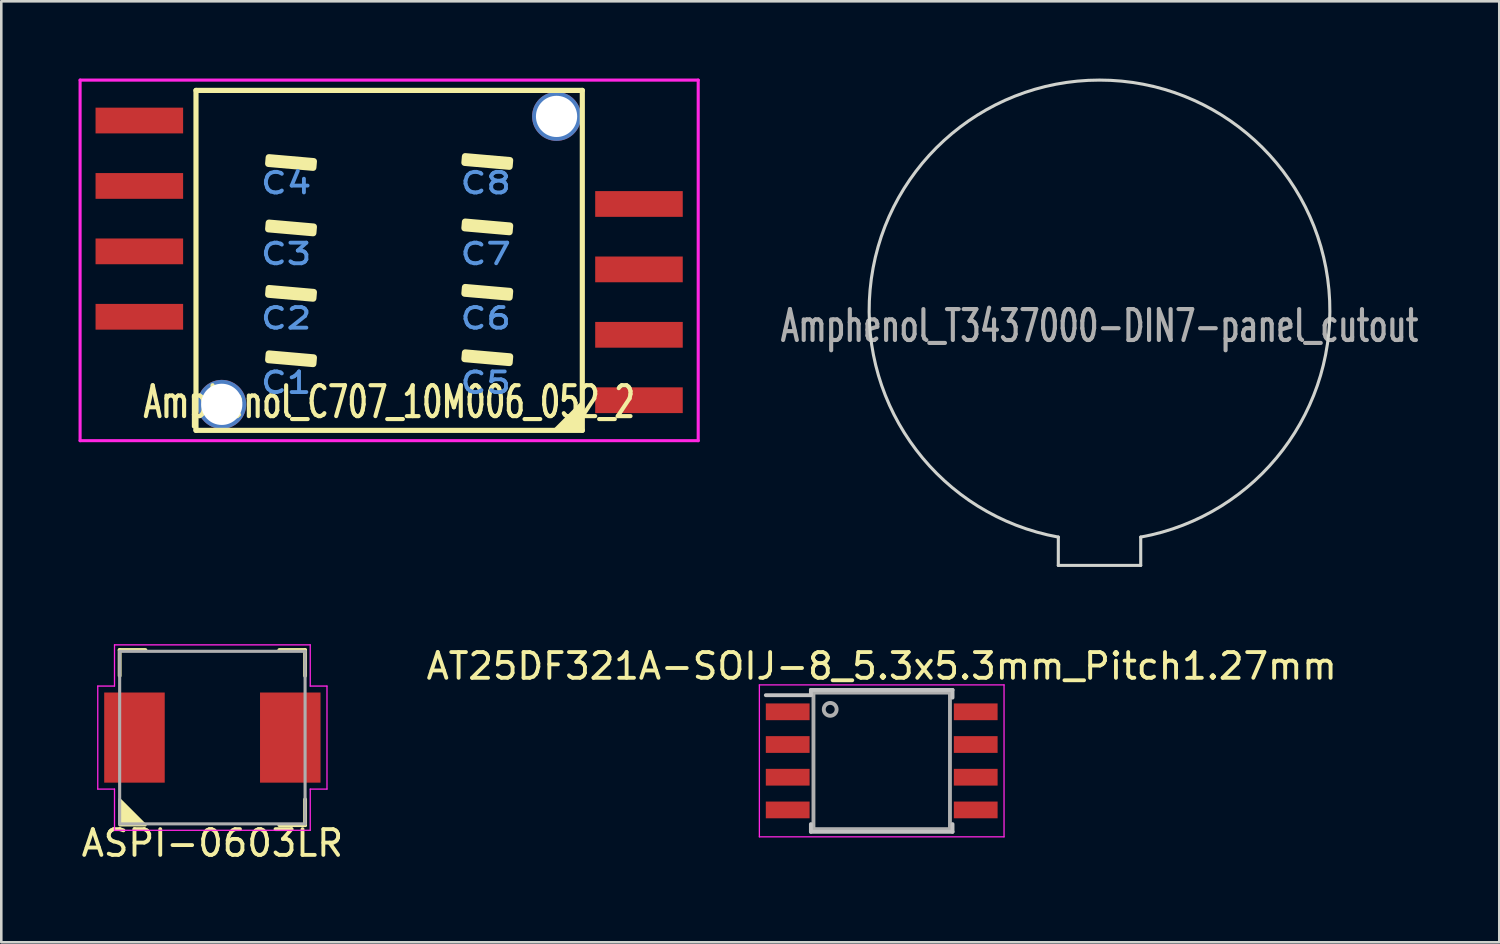
<source format=kicad_pcb>
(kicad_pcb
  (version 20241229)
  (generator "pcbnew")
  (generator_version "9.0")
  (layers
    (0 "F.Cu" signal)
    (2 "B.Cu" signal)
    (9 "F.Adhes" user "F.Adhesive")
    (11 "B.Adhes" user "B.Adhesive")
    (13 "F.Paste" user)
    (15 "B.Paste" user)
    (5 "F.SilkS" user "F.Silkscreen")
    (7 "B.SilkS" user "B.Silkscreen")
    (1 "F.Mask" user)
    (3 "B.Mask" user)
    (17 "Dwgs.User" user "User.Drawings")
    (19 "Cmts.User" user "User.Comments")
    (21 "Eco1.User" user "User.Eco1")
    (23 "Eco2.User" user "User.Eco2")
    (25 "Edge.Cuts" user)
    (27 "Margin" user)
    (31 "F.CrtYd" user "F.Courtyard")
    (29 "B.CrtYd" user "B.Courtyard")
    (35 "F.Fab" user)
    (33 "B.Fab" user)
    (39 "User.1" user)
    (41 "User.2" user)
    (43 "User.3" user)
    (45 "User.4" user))
  (footprint "Amphenol_T3437000-DIN7-panel_cutout"
    (layer "F.Cu")
    (at 39.642 9.004)
    (property "Reference" "Amphenol_T3437000-DIN7-panel_cutout" (at 0 0.6 0) (layer "F.Fab") (effects (font (size 1.2 0.8) (thickness 0.16))))
    (attr through_hole)
    (fp_line (start -1.6 9.9) (end -1.599 8.8) (stroke (width 0.12) (type solid)) (layer "Edge.Cuts"))
    (fp_line (start 1.6 9.9) (end -1.6 9.9) (stroke (width 0.12) (type solid)) (layer "Edge.Cuts"))
    (fp_line (start 1.6 9.9) (end 1.6 8.8) (stroke (width 0.12) (type solid)) (layer "Edge.Cuts"))
    (fp_arc (start -1.598511 8.800271) (mid -0.000757 -8.944272) (end 1.6 8.8) (stroke (width 0.12) (type solid)) (layer "Edge.Cuts")))
  (footprint "AT25DF321A-SOIJ-8_5.3x5.3mm_Pitch1.27mm"
    (layer "F.Cu")
    (at 31.185 26.493)
    (property "Reference" "AT25DF321A-SOIJ-8_5.3x5.3mm_Pitch1.27mm" (at 0 -3.68 0) (layer "F.SilkS") (effects (font (size 1 1) (thickness 0.15))))
    (attr smd)
    (fp_line (start -2.75 -2.755) (end -2.75 -2.55) (stroke (width 0.15) (type solid)) (layer "Dwgs.User"))
    (fp_line (start -2.75 -2.755) (end 2.75 -2.755) (stroke (width 0.15) (type solid)) (layer "Dwgs.User"))
    (fp_line (start -2.75 -2.55) (end -4.5 -2.55) (stroke (width 0.15) (type solid)) (layer "Dwgs.User"))
    (fp_line (start -2.75 2.755) (end -2.75 2.455) (stroke (width 0.15) (type solid)) (layer "Dwgs.User"))
    (fp_line (start -2.75 2.755) (end 2.75 2.755) (stroke (width 0.15) (type solid)) (layer "Dwgs.User"))
    (fp_line (start 2.75 -2.755) (end 2.75 -2.455) (stroke (width 0.15) (type solid)) (layer "Dwgs.User"))
    (fp_line (start 2.75 2.755) (end 2.75 2.455) (stroke (width 0.15) (type solid)) (layer "Dwgs.User"))
    (fp_line (start -4.75 -2.95) (end -4.75 2.95) (stroke (width 0.05) (type solid)) (layer "F.CrtYd"))
    (fp_line (start -4.75 -2.95) (end 4.75 -2.95) (stroke (width 0.05) (type solid)) (layer "F.CrtYd"))
    (fp_line (start -4.75 2.95) (end 4.75 2.95) (stroke (width 0.05) (type solid)) (layer "F.CrtYd"))
    (fp_line (start 4.75 -2.95) (end 4.75 2.95) (stroke (width 0.05) (type solid)) (layer "F.CrtYd"))
    (fp_line (start -2.65 -2.65) (end 2.65 -2.65) (stroke (width 0.15) (type solid)) (layer "F.Fab"))
    (fp_line (start -2.65 2.65) (end -2.65 -2.65) (stroke (width 0.15) (type solid)) (layer "F.Fab"))
    (fp_line (start 2.65 -2.65) (end 2.65 2.65) (stroke (width 0.15) (type solid)) (layer "F.Fab"))
    (fp_line (start 2.65 2.65) (end -2.65 2.65) (stroke (width 0.15) (type solid)) (layer "F.Fab"))
    (fp_circle (center -2 -2) (end -2.25 -2) (stroke (width 0.15) (type solid)) (fill no) (layer "F.Fab"))
    (pad "1" smd rect (at -3.65 -1.905) (size 1.7 0.65) (layers "F.Cu" "F.Mask" "F.Paste"))
    (pad "2" smd rect (at -3.65 -0.635) (size 1.7 0.65) (layers "F.Cu" "F.Mask" "F.Paste"))
    (pad "3" smd rect (at -3.65 0.635) (size 1.7 0.65) (layers "F.Cu" "F.Mask" "F.Paste"))
    (pad "4" smd rect (at -3.65 1.905) (size 1.7 0.65) (layers "F.Cu" "F.Mask" "F.Paste"))
    (pad "5" smd rect (at 3.65 1.905) (size 1.7 0.65) (layers "F.Cu" "F.Mask" "F.Paste"))
    (pad "6" smd rect (at 3.65 0.635) (size 1.7 0.65) (layers "F.Cu" "F.Mask" "F.Paste"))
    (pad "7" smd rect (at 3.65 -0.635) (size 1.7 0.65) (layers "F.Cu" "F.Mask" "F.Paste"))
    (pad "8" smd rect (at 3.65 -1.905) (size 1.7 0.65) (layers "F.Cu" "F.Mask" "F.Paste")))
  (footprint "ASPI-0603LR"
    (layer "F.Cu")
    (at 5.196 25.589)
    (property "Reference" "ASPI-0603LR" (at 0 4.1 0) (layer "F.SilkS") (effects (font (size 1 1) (thickness 0.15))))
    (attr smd)
    (fp_line (start -3.6 -3.4) (end -3.6 -2.4) (stroke (width 0.15) (type solid)) (layer "F.SilkS"))
    (fp_line (start -3.6 -3.4) (end -2.6 -3.4) (stroke (width 0.15) (type solid)) (layer "F.SilkS"))
    (fp_line (start 3.6 -3.4) (end 2.6 -3.4) (stroke (width 0.15) (type solid)) (layer "F.SilkS"))
    (fp_line (start 3.6 -3.4) (end 3.6 -2.4) (stroke (width 0.15) (type solid)) (layer "F.SilkS"))
    (fp_line (start 3.6 3.4) (end 2.6 3.4) (stroke (width 0.15) (type solid)) (layer "F.SilkS"))
    (fp_line (start 3.6 3.4) (end 3.6 2.4) (stroke (width 0.15) (type solid)) (layer "F.SilkS"))
    (fp_poly (pts (xy -2.6 3.4) (xy -3.6 3.4) (xy -3.6 2.4)) (stroke (width 0.1) (type solid)) (fill yes) (layer "F.SilkS"))
    (fp_line (start -4.45 -2) (end -3.8 -2) (stroke (width 0.05) (type solid)) (layer "F.CrtYd"))
    (fp_line (start -4.45 2) (end -4.45 -2) (stroke (width 0.05) (type solid)) (layer "F.CrtYd"))
    (fp_line (start -3.8 -3.6) (end 3.8 -3.6) (stroke (width 0.05) (type solid)) (layer "F.CrtYd"))
    (fp_line (start -3.8 -2) (end -3.8 -3.6) (stroke (width 0.05) (type solid)) (layer "F.CrtYd"))
    (fp_line (start -3.8 2) (end -4.45 2) (stroke (width 0.05) (type solid)) (layer "F.CrtYd"))
    (fp_line (start -3.8 2) (end -3.8 3.6) (stroke (width 0.05) (type solid)) (layer "F.CrtYd"))
    (fp_line (start -3.8 3.6) (end 3.8 3.6) (stroke (width 0.05) (type solid)) (layer "F.CrtYd"))
    (fp_line (start 3.8 -3.6) (end 3.8 -2) (stroke (width 0.05) (type solid)) (layer "F.CrtYd"))
    (fp_line (start 3.8 -2) (end 4.45 -2) (stroke (width 0.05) (type solid)) (layer "F.CrtYd"))
    (fp_line (start 3.8 3.6) (end 3.8 2) (stroke (width 0.05) (type solid)) (layer "F.CrtYd"))
    (fp_line (start 4.45 -2) (end 4.45 2) (stroke (width 0.05) (type solid)) (layer "F.CrtYd"))
    (fp_line (start 4.45 2) (end 3.8 2) (stroke (width 0.05) (type solid)) (layer "F.CrtYd"))
    (fp_line (start -3.6 -3.35) (end -3.6 3.35) (stroke (width 0.12) (type solid)) (layer "F.Fab"))
    (fp_line (start -3.6 3.35) (end 3.6 3.35) (stroke (width 0.12) (type solid)) (layer "F.Fab"))
    (fp_line (start 3.6 -3.35) (end -3.6 -3.35) (stroke (width 0.12) (type solid)) (layer "F.Fab"))
    (fp_line (start 3.6 3.35) (end 3.6 -3.35) (stroke (width 0.12) (type solid)) (layer "F.Fab"))
    (pad "1" smd rect (at -3.025 0) (size 2.35 3.5) (layers "F.Cu" "F.Mask" "F.Paste"))
    (pad "2" smd rect (at 3.025 0) (size 2.35 3.5) (layers "F.Cu" "F.Mask" "F.Paste")))
  (footprint "Amphenol_C707_10M006_052_2"
    (layer "F.Cu")
    (at 12.06 7.06)
    (property "Reference" "Amphenol_C707_10M006_052_2" (at 0 5.5 0) (layer "F.SilkS") (effects (font (size 1.2 0.8) (thickness 0.16))))
    (attr smd)
    (fp_line (start -7.5 -6.6) (end 7.5 -6.6) (stroke (width 0.2) (type solid)) (layer "F.SilkS"))
    (fp_line (start -7.5 6.6) (end -7.5 -6.6) (stroke (width 0.2) (type solid)) (layer "F.SilkS"))
    (fp_line (start 7.5 -6.6) (end 7.5 6.6) (stroke (width 0.2) (type solid)) (layer "F.SilkS"))
    (fp_line (start 7.5 6.6) (end -7.5 6.6) (stroke (width 0.2) (type solid)) (layer "F.SilkS"))
    (fp_poly (pts (xy 7.5 6.6) (xy 6.4 6.6) (xy 7.5 5.5)) (stroke (width 0.1) (type solid)) (fill yes) (layer "F.SilkS"))
    (fp_line (start -12 -7) (end 12 -7) (stroke (width 0.12) (type solid)) (layer "F.CrtYd"))
    (fp_line (start -12 7) (end -12 -7) (stroke (width 0.12) (type solid)) (layer "F.CrtYd"))
    (fp_line (start 12 -7) (end 12 7) (stroke (width 0.12) (type solid)) (layer "F.CrtYd"))
    (fp_line (start 12 7) (end -12 7) (stroke (width 0.12) (type solid)) (layer "F.CrtYd"))
    (fp_text user "C5" (at 3.75 4.75 0) (layer "Cmts.User") (effects (font (size 0.8 1) (thickness 0.15))))
    (fp_text user "C2" (at -4 2.25 0) (layer "Cmts.User") (effects (font (size 0.8 1) (thickness 0.15))))
    (fp_text user "C3" (at -4 -0.25 0) (layer "Cmts.User") (effects (font (size 0.8 1) (thickness 0.15))))
    (fp_text user "C1" (at -4 4.75 0) (layer "Cmts.User") (effects (font (size 0.8 1) (thickness 0.15))))
    (fp_text user "C4" (at -4 -3 0) (layer "Cmts.User") (effects (font (size 0.8 1) (thickness 0.15))))
    (fp_text user "C7" (at 3.75 -0.25 0) (layer "Cmts.User") (effects (font (size 0.8 1) (thickness 0.15))))
    (fp_text user "C8" (at 3.75 -3 0) (layer "Cmts.User") (effects (font (size 0.8 1) (thickness 0.15))))
    (fp_text user "C6" (at 3.75 2.25 0) (layer "Cmts.User") (effects (font (size 0.8 1) (thickness 0.15))))
    (pad "" smd roundrect (at -3.81 -3.8 355) (size 2 0.5) (layers "F.SilkS") (roundrect_rratio 0.25))
    (pad "" smd roundrect (at -3.81 -1.26 355) (size 2 0.5) (layers "F.SilkS") (roundrect_rratio 0.25))
    (pad "" smd roundrect (at -3.81 1.28 355) (size 2 0.5) (layers "F.SilkS") (roundrect_rratio 0.25))
    (pad "" smd roundrect (at -3.81 3.82 355) (size 2 0.5) (layers "F.SilkS") (roundrect_rratio 0.25))
    (pad "" smd roundrect (at 3.81 -3.84 355) (size 2 0.5) (layers "F.SilkS") (roundrect_rratio 0.25))
    (pad "" smd roundrect (at 3.81 -1.3 355) (size 2 0.5) (layers "F.SilkS") (roundrect_rratio 0.25))
    (pad "" smd roundrect (at 3.81 1.24 355) (size 2 0.5) (layers "F.SilkS") (roundrect_rratio 0.25))
    (pad "" smd roundrect (at 3.81 3.78 355) (size 2 0.5) (layers "F.SilkS") (roundrect_rratio 0.25))
    (pad "0" thru_hole circle (at -6.5 5.59) (size 1.9 1.9) (drill 1.6) (layers "*.Cu" "*.Mask"))
    (pad "0" thru_hole circle (at 6.5 -5.59) (size 1.9 1.9) (drill 1.6) (layers "*.Cu" "*.Mask"))
    (pad "1" smd rect (at 9.7 5.43) (size 3.4 1) (layers "F.Cu" "F.Mask" "F.Paste"))
    (pad "2" smd rect (at 9.7 2.89) (size 3.4 1) (layers "F.Cu" "F.Mask" "F.Paste"))
    (pad "3" smd rect (at 9.7 0.35) (size 3.4 1) (layers "F.Cu" "F.Mask" "F.Paste"))
    (pad "4" smd rect (at 9.7 -2.19) (size 3.4 1) (layers "F.Cu" "F.Mask" "F.Paste"))
    (pad "5" smd rect (at -9.7 2.19) (size 3.4 1) (layers "F.Cu" "F.Mask" "F.Paste"))
    (pad "6" smd rect (at -9.7 -0.35) (size 3.4 1) (layers "F.Cu" "F.Mask" "F.Paste"))
    (pad "7" smd rect (at -9.7 -2.89) (size 3.4 1) (layers "F.Cu" "F.Mask" "F.Paste"))
    (pad "8" smd rect (at -9.7 -5.43) (size 3.4 1) (layers "F.Cu" "F.Mask" "F.Paste")))
  (gr_rect
    (start -3 -3)
    (end 55.164 33.538)
    (stroke (width 0.1) (type default))
    (fill no)
    (layer "Edge.Cuts")))
</source>
